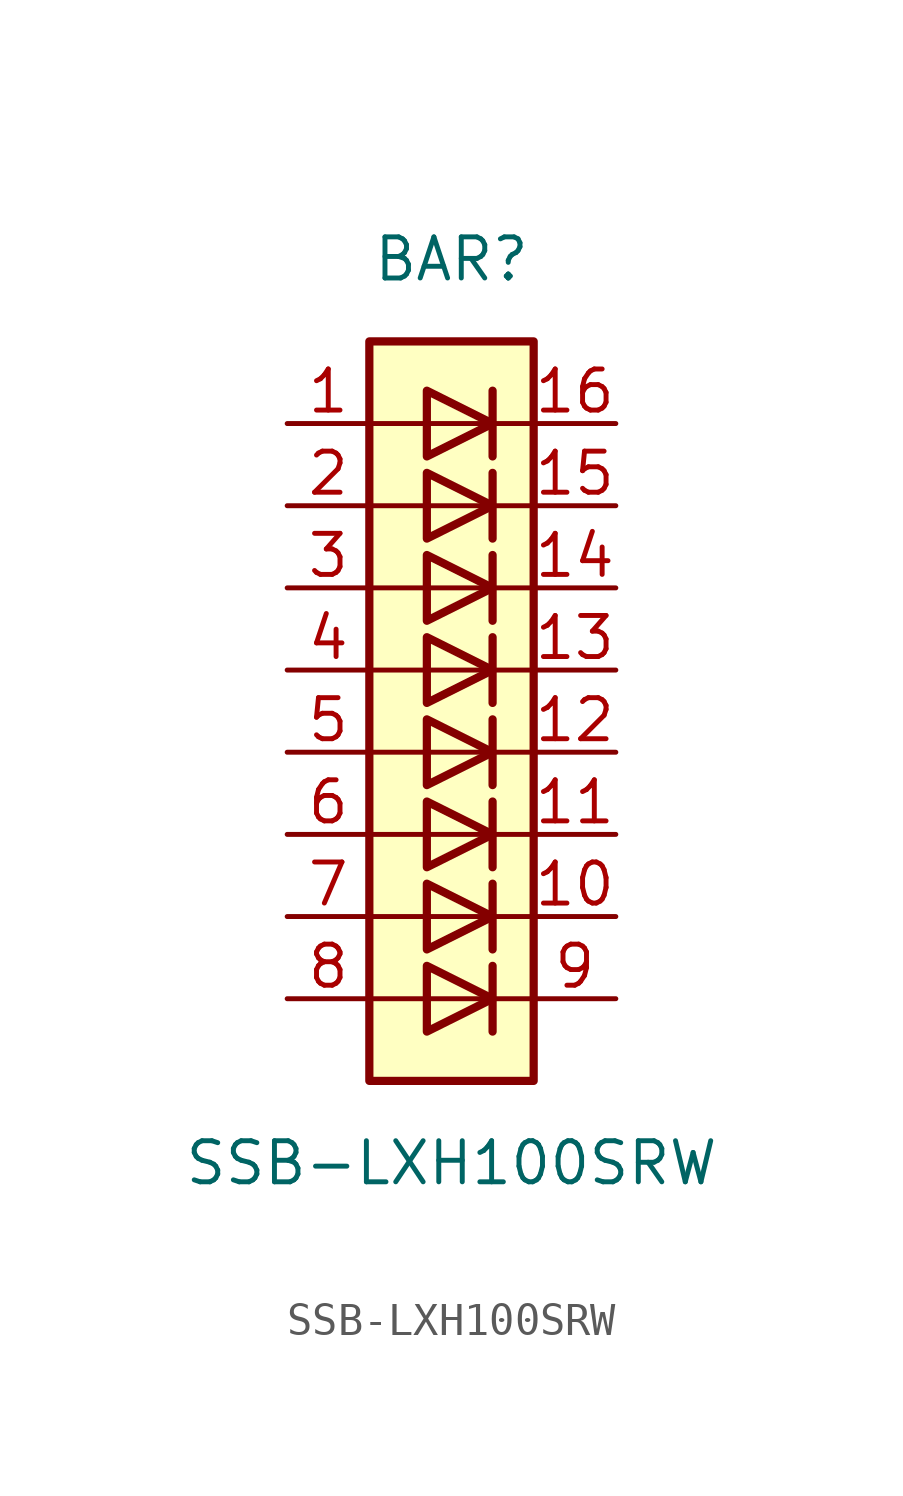
<source format=kicad_sym>
(kicad_symbol_lib
  (version 20220914)
  (generator kicad_symbol_editor)
  (symbol "SSB-LXH100SRW"
    (pin_names
      (offset 1.016) hide)
    (property "Reference" "BAR"
      (at 0 15.24 0)
      (effects (font (size 1.27 1.27))))
    (property "Value" "SSB-LXH100SRW"
      (at 0 -12.7 0)
      (effects (font (size 1.27 1.27))))
    (symbol "SSB-LXH100SRW_0_1"
      (rectangle (start -2.54 12.7) (end 2.54 -10.16) (stroke (width 0.254) (type default)) (fill (type background)))
      (polyline (pts (xy -2.54 -7.62) (xy 2.54 -7.62)) (stroke (width 0) (type default)) (fill (type none)))
      (polyline (pts (xy -2.54 -5.08) (xy 2.54 -5.08)) (stroke (width 0) (type default)) (fill (type none)))
      (polyline (pts (xy -2.54 0) (xy 2.54 0)) (stroke (width 0) (type default)) (fill (type none)))
      (polyline (pts (xy -2.54 5.08) (xy 2.54 5.08)) (stroke (width 0) (type default)) (fill (type none)))
      (polyline (pts (xy -2.54 7.62) (xy 2.54 7.62)) (stroke (width 0) (type default)) (fill (type none)))
      (polyline (pts (xy -2.54 10.16) (xy 2.54 10.16)) (stroke (width 0) (type default)) (fill (type none)))
      (polyline (pts (xy 1.27 -6.604) (xy 1.27 -8.636)) (stroke (width 0.254) (type default)) (fill (type none)))
      (polyline (pts (xy 1.27 -4.064) (xy 1.27 -6.096)) (stroke (width 0.254) (type default)) (fill (type none)))
      (polyline (pts (xy 1.27 -1.524) (xy 1.27 -3.556)) (stroke (width 0.254) (type default)) (fill (type none)))
      (polyline (pts (xy 1.27 1.016) (xy 1.27 -1.016)) (stroke (width 0.254) (type default)) (fill (type none)))
      (polyline (pts (xy 1.27 3.556) (xy 1.27 1.524)) (stroke (width 0.254) (type default)) (fill (type none)))
      (polyline (pts (xy 1.27 6.096) (xy 1.27 4.064)) (stroke (width 0.254) (type default)) (fill (type none)))
      (polyline (pts (xy 1.27 8.636) (xy 1.27 6.604)) (stroke (width 0.254) (type default)) (fill (type none)))
      (polyline (pts (xy 1.27 11.176) (xy 1.27 9.144)) (stroke (width 0.254) (type default)) (fill (type none)))
      (polyline (pts (xy 2.54 -2.54) (xy -2.54 -2.54)) (stroke (width 0) (type default)) (fill (type none)))
      (polyline (pts (xy 2.54 2.54) (xy -2.54 2.54)) (stroke (width 0) (type default)) (fill (type none)))
      (polyline (pts (xy -0.762 -6.604) (xy -0.762 -8.636) (xy 1.27 -7.62) (xy -0.762 -6.604)) (stroke (width 0.254) (type default)) (fill (type none)))
      (polyline (pts (xy -0.762 -4.064) (xy -0.762 -6.096) (xy 1.27 -5.08) (xy -0.762 -4.064)) (stroke (width 0.254) (type default)) (fill (type none)))
      (polyline (pts (xy -0.762 -1.524) (xy -0.762 -3.556) (xy 1.27 -2.54) (xy -0.762 -1.524)) (stroke (width 0.254) (type default)) (fill (type none)))
      (polyline (pts (xy -0.762 1.016) (xy -0.762 -1.016) (xy 1.27 0) (xy -0.762 1.016)) (stroke (width 0.254) (type default)) (fill (type none)))
      (polyline (pts (xy -0.762 3.556) (xy -0.762 1.524) (xy 1.27 2.54) (xy -0.762 3.556)) (stroke (width 0.254) (type default)) (fill (type none)))
      (polyline (pts (xy -0.762 6.096) (xy -0.762 4.064) (xy 1.27 5.08) (xy -0.762 6.096)) (stroke (width 0.254) (type default)) (fill (type none)))
      (polyline (pts (xy -0.762 8.636) (xy -0.762 6.604) (xy 1.27 7.62) (xy -0.762 8.636)) (stroke (width 0.254) (type default)) (fill (type none)))
      (polyline (pts (xy -0.762 11.176) (xy -0.762 9.144) (xy 1.27 10.16) (xy -0.762 11.176)) (stroke (width 0.254) (type default)) (fill (type none))))
    (symbol "SSB-LXH100SRW_1_1"
      (pin passive line (at -5.08 10.16 0) (length 2.54) (name "A" (effects (font (size 1.27 1.27)))) (number "1" (effects (font (size 1.27 1.27)))))
      (pin passive line (at 5.08 -5.08 180) (length 2.54) (name "K" (effects (font (size 1.27 1.27)))) (number "10" (effects (font (size 1.27 1.27)))))
      (pin passive line (at 5.08 -2.54 180) (length 2.54) (name "K" (effects (font (size 1.27 1.27)))) (number "11" (effects (font (size 1.27 1.27)))))
      (pin passive line (at 5.08 0 180) (length 2.54) (name "K" (effects (font (size 1.27 1.27)))) (number "12" (effects (font (size 1.27 1.27)))))
      (pin passive line (at 5.08 2.54 180) (length 2.54) (name "K" (effects (font (size 1.27 1.27)))) (number "13" (effects (font (size 1.27 1.27)))))
      (pin passive line (at 5.08 5.08 180) (length 2.54) (name "K" (effects (font (size 1.27 1.27)))) (number "14" (effects (font (size 1.27 1.27)))))
      (pin passive line (at 5.08 7.62 180) (length 2.54) (name "K" (effects (font (size 1.27 1.27)))) (number "15" (effects (font (size 1.27 1.27)))))
      (pin passive line (at 5.08 10.16 180) (length 2.54) (name "K" (effects (font (size 1.27 1.27)))) (number "16" (effects (font (size 1.27 1.27)))))
      (pin passive line (at -5.08 7.62 0) (length 2.54) (name "A" (effects (font (size 1.27 1.27)))) (number "2" (effects (font (size 1.27 1.27)))))
      (pin passive line (at -5.08 5.08 0) (length 2.54) (name "A" (effects (font (size 1.27 1.27)))) (number "3" (effects (font (size 1.27 1.27)))))
      (pin passive line (at -5.08 2.54 0) (length 2.54) (name "A" (effects (font (size 1.27 1.27)))) (number "4" (effects (font (size 1.27 1.27)))))
      (pin passive line (at -5.08 0 0) (length 2.54) (name "A" (effects (font (size 1.27 1.27)))) (number "5" (effects (font (size 1.27 1.27)))))
      (pin passive line (at -5.08 -2.54 0) (length 2.54) (name "A" (effects (font (size 1.27 1.27)))) (number "6" (effects (font (size 1.27 1.27)))))
      (pin passive line (at -5.08 -5.08 0) (length 2.54) (name "A" (effects (font (size 1.27 1.27)))) (number "7" (effects (font (size 1.27 1.27)))))
      (pin passive line (at -5.08 -7.62 0) (length 2.54) (name "A" (effects (font (size 1.27 1.27)))) (number "8" (effects (font (size 1.27 1.27)))))
      (pin passive line (at 5.08 -7.62 180) (length 2.54) (name "K" (effects (font (size 1.27 1.27)))) (number "9" (effects (font (size 1.27 1.27))))))))
</source>
